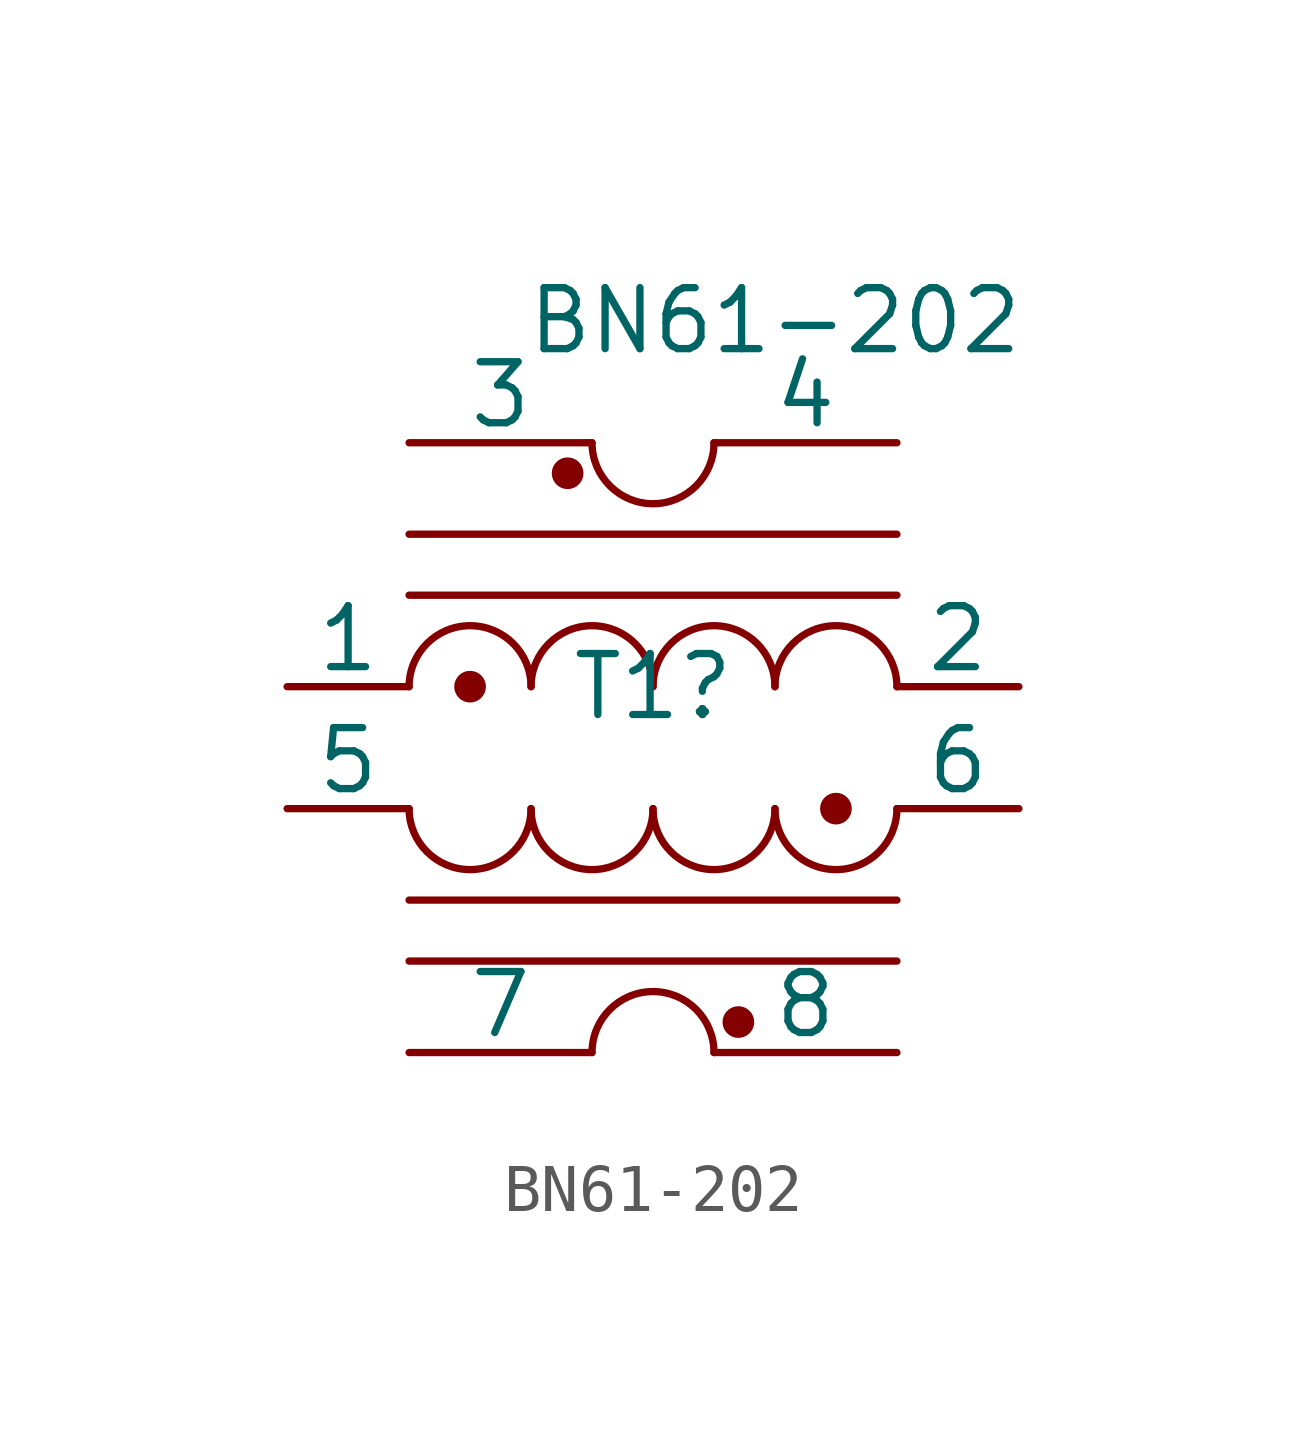
<source format=kicad_sym>
(kicad_symbol_lib
  (version 20220914)
  (generator kicad_symbol_editor)
  (symbol "BN61-202"
    (pin_numbers hide)
    (pin_names
      (offset 0))
    (property "Reference" "T1"
      (at 0 0 0)
      (effects (font (size 1.27 1.27))))
    (property "Value" "BN61-202"
      (at 2.54 7.62 0)
      (effects (font (size 1.27 1.27))))
    (symbol "BN61-202_0_1"
      (arc (start -5.08 -2.54) (mid -3.81 -3.8045) (end -2.54 -2.54) (stroke (width 0) (type default)) (fill (type none)))
      (circle (center -3.81 0) (radius 0.254) (stroke (width 0) (type default)) (fill (type outline)))
      (arc (start -2.54 -2.54) (mid -1.27 -3.8045) (end 0 -2.54) (stroke (width 0) (type default)) (fill (type none)))
      (arc (start -2.54 0) (mid -3.81 1.2645) (end -5.08 0) (stroke (width 0) (type default)) (fill (type none)))
      (circle (center -1.778 4.445) (radius 0.254) (stroke (width 0) (type default)) (fill (type outline)))
      (arc (start -1.27 5.08) (mid 0 3.8155) (end 1.27 5.08) (stroke (width 0) (type default)) (fill (type none)))
      (arc (start 0 -2.54) (mid 1.27 -3.8045) (end 2.54 -2.54) (stroke (width 0) (type default)) (fill (type none)))
      (arc (start 0 0) (mid -1.27 1.2645) (end -2.54 0) (stroke (width 0) (type default)) (fill (type none)))
      (polyline (pts (xy -5.08 1.905) (xy 5.08 1.905)) (stroke (width 0) (type default)) (fill (type none)))
      (polyline (pts (xy -5.08 3.175) (xy 5.08 3.175)) (stroke (width 0) (type default)) (fill (type none)))
      (polyline (pts (xy 5.08 -5.715) (xy -5.08 -5.715)) (stroke (width 0) (type default)) (fill (type none)))
      (polyline (pts (xy 5.08 -4.445) (xy -5.08 -4.445)) (stroke (width 0) (type default)) (fill (type none)))
      (arc (start 1.27 -7.62) (mid 0 -6.3555) (end -1.27 -7.62) (stroke (width 0) (type default)) (fill (type none)))
      (circle (center 1.778 -6.985) (radius 0.254) (stroke (width 0) (type default)) (fill (type outline)))
      (arc (start 2.54 -2.54) (mid 3.81 -3.8045) (end 5.08 -2.54) (stroke (width 0) (type default)) (fill (type none)))
      (arc (start 2.54 0) (mid 1.27 1.2645) (end 0 0) (stroke (width 0) (type default)) (fill (type none)))
      (circle (center 3.81 -2.54) (radius 0.254) (stroke (width 0) (type default)) (fill (type outline)))
      (arc (start 5.08 0) (mid 3.81 1.2645) (end 2.54 0) (stroke (width 0) (type default)) (fill (type none)))
      (pin passive line (at -5.08 -7.62 0) (length 3.81) (name "7" (effects (font (size 1.27 1.27)))) (number "7" (effects (font (size 1.27 1.27)))))
      (pin passive line (at 5.08 -7.62 180) (length 3.81) (name "8" (effects (font (size 1.27 1.27)))) (number "8" (effects (font (size 1.27 1.27))))))
    (symbol "BN61-202_1_1"
      (pin passive line (at -7.62 0 0) (length 2.54) (name "1" (effects (font (size 1.27 1.27)))) (number "1" (effects (font (size 1.27 1.27)))))
      (pin no_connect line (at -2.54 -2.54 0) (length 2.54) hide (name "1" (effects (font (size 1.27 1.27)))) (number "1" (effects (font (size 1.27 1.27)))))
      (pin no_connect line (at 2.54 0 180) (length 2.54) hide (name "1" (effects (font (size 1.27 1.27)))) (number "1" (effects (font (size 1.27 1.27)))))
      (pin no_connect line (at -2.54 0 0) (length 2.54) hide (name "2" (effects (font (size 1.27 1.27)))) (number "2" (effects (font (size 1.27 1.27)))))
      (pin no_connect line (at 2.54 -2.54 180) (length 2.54) hide (name "2" (effects (font (size 1.27 1.27)))) (number "2" (effects (font (size 1.27 1.27)))))
      (pin passive line (at 7.62 0 180) (length 2.54) (name "2" (effects (font (size 1.27 1.27)))) (number "2" (effects (font (size 1.27 1.27)))))
      (pin passive line (at -5.08 5.08 0) (length 3.81) (name "3" (effects (font (size 1.27 1.27)))) (number "3" (effects (font (size 1.27 1.27)))))
      (pin no_connect line (at -2.54 -7.62 0) (length 2.54) hide (name "3" (effects (font (size 1.27 1.27)))) (number "3" (effects (font (size 1.27 1.27)))))
      (pin no_connect line (at 2.54 5.08 180) (length 2.54) hide (name "3" (effects (font (size 1.27 1.27)))) (number "3" (effects (font (size 1.27 1.27)))))
      (pin passive line (at 5.08 5.08 180) (length 3.81) (name "4" (effects (font (size 1.27 1.27)))) (number "4" (effects (font (size 1.27 1.27)))))
      (pin passive line (at -7.62 -2.54 0) (length 2.54) (name "5" (effects (font (size 1.27 1.27)))) (number "5" (effects (font (size 1.27 1.27)))))
      (pin no_connect line (at -2.54 5.08 0) (length 2.54) hide (name "5" (effects (font (size 1.27 1.27)))) (number "5" (effects (font (size 1.27 1.27)))))
      (pin no_connect line (at 2.54 -7.62 180) (length 2.54) hide (name "5" (effects (font (size 1.27 1.27)))) (number "5" (effects (font (size 1.27 1.27)))))
      (pin passive line (at 7.62 -2.54 180) (length 2.54) (name "6" (effects (font (size 1.27 1.27)))) (number "6" (effects (font (size 1.27 1.27))))))))
</source>
